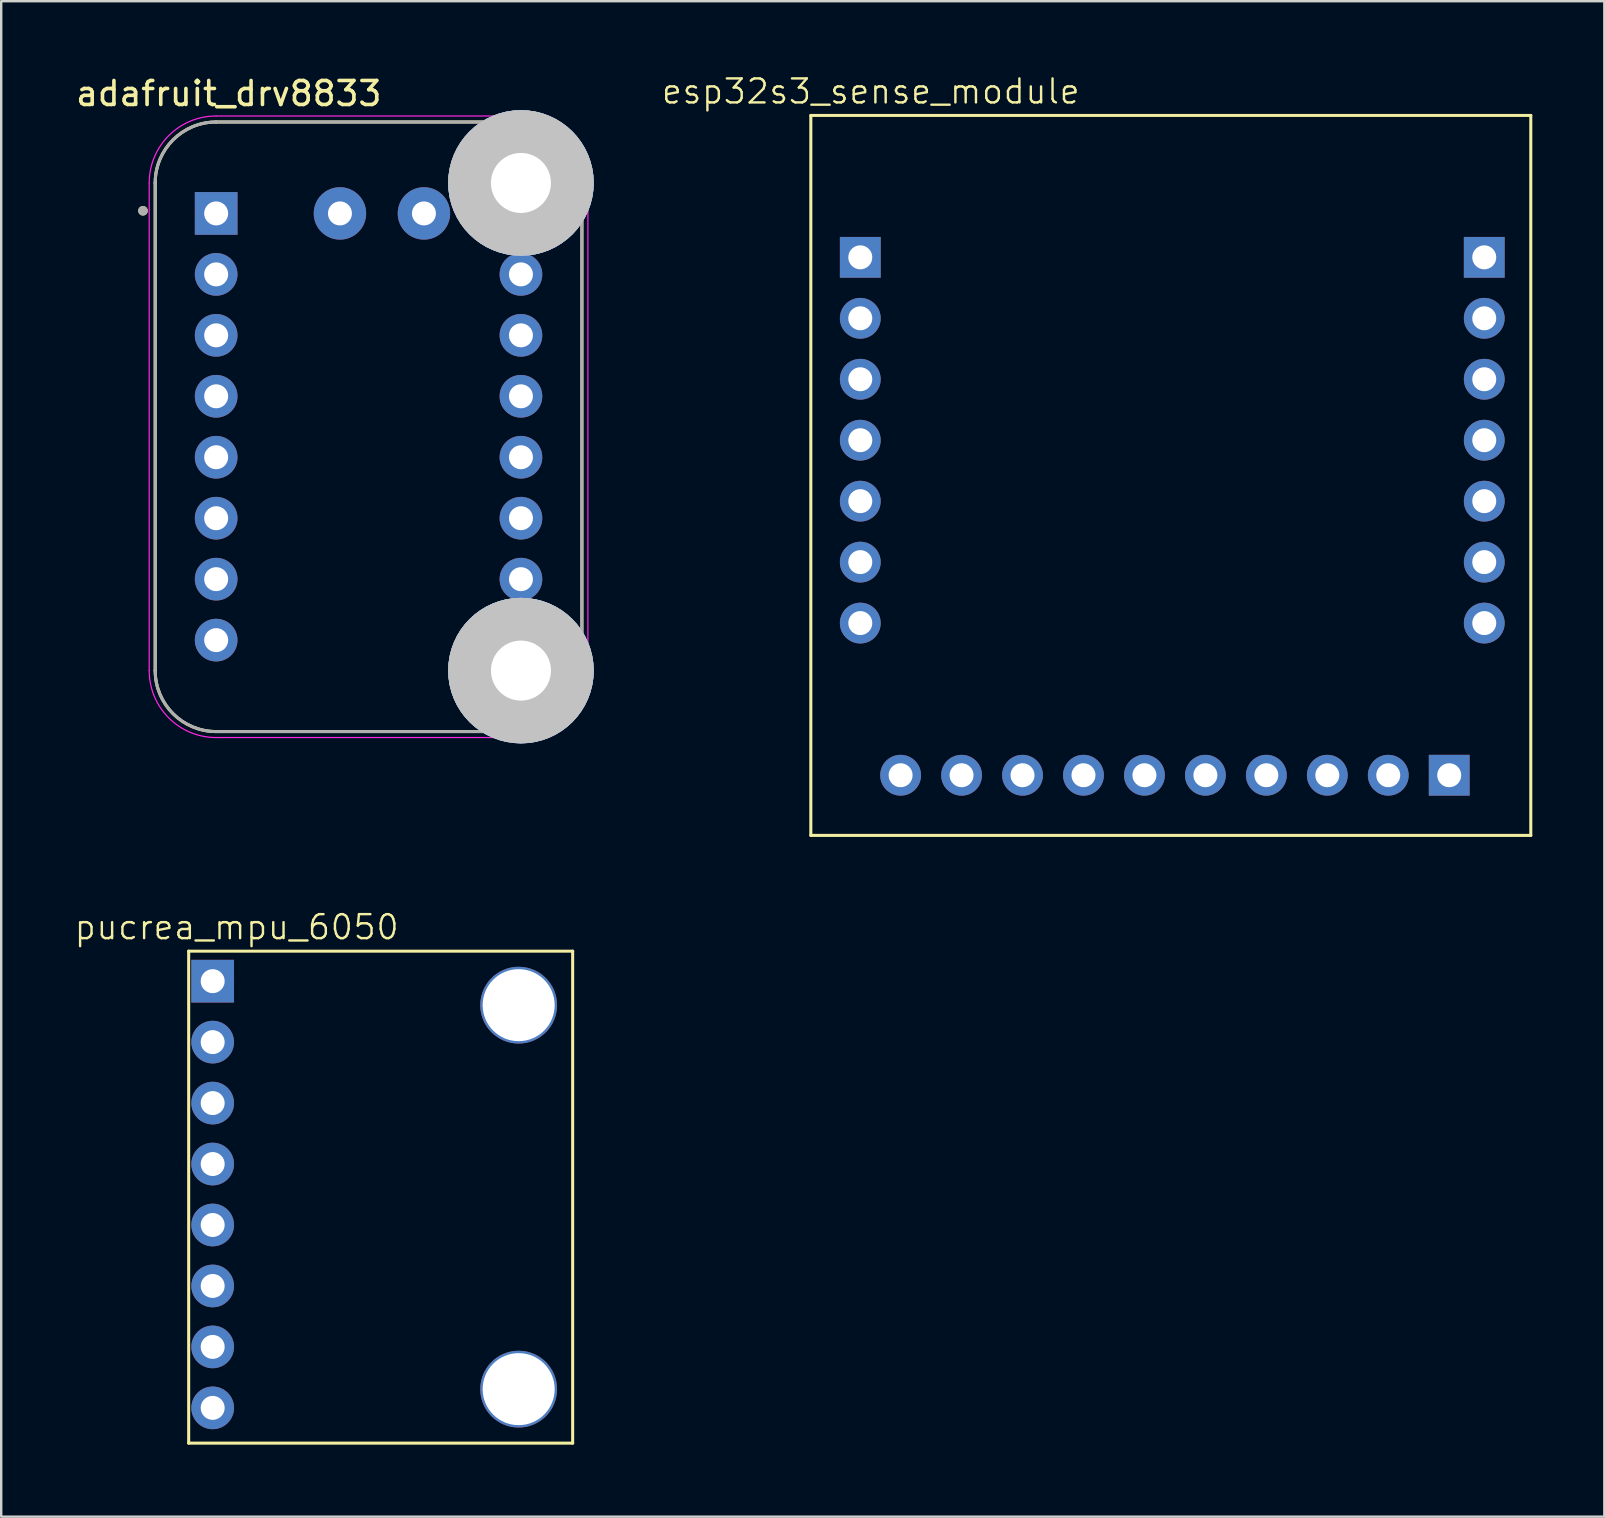
<source format=kicad_pcb>
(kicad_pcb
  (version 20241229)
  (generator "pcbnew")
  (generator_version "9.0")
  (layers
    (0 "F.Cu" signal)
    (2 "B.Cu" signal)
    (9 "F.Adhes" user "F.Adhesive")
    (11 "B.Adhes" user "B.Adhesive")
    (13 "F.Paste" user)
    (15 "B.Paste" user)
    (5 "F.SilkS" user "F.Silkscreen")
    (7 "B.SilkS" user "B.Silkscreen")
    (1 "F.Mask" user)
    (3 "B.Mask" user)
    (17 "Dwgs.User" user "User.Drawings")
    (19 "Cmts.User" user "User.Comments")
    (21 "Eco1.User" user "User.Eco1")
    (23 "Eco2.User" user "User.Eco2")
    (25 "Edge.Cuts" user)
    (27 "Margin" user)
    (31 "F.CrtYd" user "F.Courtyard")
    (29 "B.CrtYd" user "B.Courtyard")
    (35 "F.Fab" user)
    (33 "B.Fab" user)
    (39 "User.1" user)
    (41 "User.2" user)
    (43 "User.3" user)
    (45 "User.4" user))
  (footprint "pucrea_mpu_6050"
    (layer "F.Cu")
    (at 4.812 36.584)
    (property "Reference" "pucrea_mpu_6050" (at 2 -1 0) (unlocked yes) (layer "F.SilkS") (effects (font (size 1 1) (thickness 0.1))))
    (attr through_hole)
    (fp_line (start 0 0) (end 0 20.5) (stroke (width 0.127) (type solid)) (layer "F.SilkS"))
    (fp_line (start 0 0) (end 16 0) (stroke (width 0.127) (type solid)) (layer "F.SilkS"))
    (fp_line (start 0 20.5) (end 16 20.5) (stroke (width 0.127) (type solid)) (layer "F.SilkS"))
    (fp_line (start 16 0) (end 16 20.5) (stroke (width 0.127) (type solid)) (layer "F.SilkS"))
    (pad "1" thru_hole rect (at 1 1.25) (size 1.778 1.778) (drill 1) (layers "*.Cu" "*.Mask"))
    (pad "2" thru_hole circle (at 1 3.79) (size 1.778 1.778) (drill 1) (layers "*.Cu" "*.Mask"))
    (pad "3" thru_hole circle (at 1 6.33) (size 1.778 1.778) (drill 1) (layers "*.Cu" "*.Mask"))
    (pad "4" thru_hole circle (at 1 8.87) (size 1.778 1.778) (drill 1) (layers "*.Cu" "*.Mask"))
    (pad "5" thru_hole circle (at 1 11.41) (size 1.778 1.778) (drill 1) (layers "*.Cu" "*.Mask"))
    (pad "6" thru_hole circle (at 1 13.95) (size 1.778 1.778) (drill 1) (layers "*.Cu" "*.Mask"))
    (pad "7" thru_hole circle (at 1 16.49) (size 1.778 1.778) (drill 1) (layers "*.Cu" "*.Mask"))
    (pad "8" thru_hole circle (at 1 19.03) (size 1.778 1.778) (drill 1) (layers "*.Cu" "*.Mask"))
    (pad "S1" thru_hole circle (at 13.75 2.25) (size 3.2 3.2) (drill 3) (layers "*.Cu" "*.Mask"))
    (pad "S1" thru_hole circle (at 13.75 18.25) (size 3.2 3.2) (drill 3) (layers "*.Cu" "*.Mask")))
  (footprint "esp32s3_sense_module"
    (layer "F.Cu")
    (at 30.736 1.76)
    (property "Reference" "esp32s3_sense_module" (at 2.5 -1 0) (unlocked yes) (layer "F.SilkS") (effects (font (size 1 1) (thickness 0.1))))
    (attr through_hole)
    (fp_line (start 0 0) (end 30 0) (stroke (width 0.127) (type solid)) (layer "F.SilkS"))
    (fp_line (start 0 30) (end 0 0) (stroke (width 0.127) (type solid)) (layer "F.SilkS"))
    (fp_line (start 30 30) (end 0 30) (stroke (width 0.127) (type solid)) (layer "F.SilkS"))
    (fp_line (start 30 30) (end 30 0) (stroke (width 0.127) (type solid)) (layer "F.SilkS"))
    (pad "1" thru_hole rect (at 2.061 5.913 180) (size 1.7 1.7) (drill 1) (layers "*.Cu" "*.Mask"))
    (pad "2" thru_hole oval (at 2.061 8.453 180) (size 1.7 1.7) (drill 1) (layers "*.Cu" "*.Mask"))
    (pad "3" thru_hole oval (at 2.061 10.993 180) (size 1.7 1.7) (drill 1) (layers "*.Cu" "*.Mask"))
    (pad "4" thru_hole oval (at 2.061 13.533 180) (size 1.7 1.7) (drill 1) (layers "*.Cu" "*.Mask"))
    (pad "5" thru_hole oval (at 2.061 16.073 180) (size 1.7 1.7) (drill 1) (layers "*.Cu" "*.Mask"))
    (pad "6" thru_hole oval (at 2.061 18.613 180) (size 1.7 1.7) (drill 1) (layers "*.Cu" "*.Mask"))
    (pad "7" thru_hole oval (at 2.061 21.153 180) (size 1.7 1.7) (drill 1) (layers "*.Cu" "*.Mask"))
    (pad "8" thru_hole oval (at 28.061 21.153 180) (size 1.7 1.7) (drill 1) (layers "*.Cu" "*.Mask"))
    (pad "9" thru_hole oval (at 28.061 18.613 180) (size 1.7 1.7) (drill 1) (layers "*.Cu" "*.Mask"))
    (pad "10" thru_hole oval (at 28.061 16.073 180) (size 1.7 1.7) (drill 1) (layers "*.Cu" "*.Mask"))
    (pad "11" thru_hole oval (at 28.061 13.533 180) (size 1.7 1.7) (drill 1) (layers "*.Cu" "*.Mask"))
    (pad "12" thru_hole oval (at 28.061 10.993 180) (size 1.7 1.7) (drill 1) (layers "*.Cu" "*.Mask"))
    (pad "13" thru_hole oval (at 28.061 8.453 180) (size 1.7 1.7) (drill 1) (layers "*.Cu" "*.Mask"))
    (pad "14" thru_hole rect (at 28.061 5.913 180) (size 1.7 1.7) (drill 1) (layers "*.Cu" "*.Mask"))
    (pad "15" thru_hole oval (at 3.741 27.493 90) (size 1.7 1.7) (drill 1) (layers "*.Cu" "*.Mask"))
    (pad "16" thru_hole oval (at 6.281 27.493 90) (size 1.7 1.7) (drill 1) (layers "*.Cu" "*.Mask"))
    (pad "17" thru_hole rect (at 26.601 27.493 90) (size 1.7 1.7) (drill 1) (layers "*.Cu" "*.Mask"))
    (pad "18" thru_hole oval (at 24.061 27.493 90) (size 1.7 1.7) (drill 1) (layers "*.Cu" "*.Mask"))
    (pad "19" thru_hole oval (at 18.981 27.493 90) (size 1.7 1.7) (drill 1) (layers "*.Cu" "*.Mask"))
    (pad "20" thru_hole oval (at 21.521 27.493 90) (size 1.7 1.7) (drill 1) (layers "*.Cu" "*.Mask"))
    (pad "21" thru_hole oval (at 13.901 27.493 90) (size 1.7 1.7) (drill 1) (layers "*.Cu" "*.Mask"))
    (pad "22" thru_hole oval (at 16.441 27.493 90) (size 1.7 1.7) (drill 1) (layers "*.Cu" "*.Mask"))
    (pad "23" thru_hole oval (at 8.821 27.493 90) (size 1.7 1.7) (drill 1) (layers "*.Cu" "*.Mask"))
    (pad "24" thru_hole oval (at 11.361 27.493 90) (size 1.7 1.7) (drill 1) (layers "*.Cu" "*.Mask")))
  (footprint "adafruit_drv8833"
    (layer "F.Cu")
    (at 12.307 14.733)
    (property "Reference" "adafruit_drv8833" (at -5.825 -13.885 0) (layer "F.SilkS") (effects (font (size 1 1) (thickness 0.15))))
    (attr through_hole)
    (fp_line (start -8.89 -10.16) (end -8.89 10.16) (stroke (width 0.127) (type solid)) (layer "F.SilkS"))
    (fp_line (start -6.35 12.7) (end 6.35 12.7) (stroke (width 0.127) (type solid)) (layer "F.SilkS"))
    (fp_line (start 6.35 -12.7) (end -6.35 -12.7) (stroke (width 0.127) (type solid)) (layer "F.SilkS"))
    (fp_line (start 8.89 10.16) (end 8.89 -10.16) (stroke (width 0.127) (type solid)) (layer "F.SilkS"))
    (fp_arc (start -8.89 -10.16) (mid -8.146051 -11.956051) (end -6.35 -12.7) (stroke (width 0.127) (type solid)) (layer "F.SilkS"))
    (fp_arc (start -6.35 12.7) (mid -8.146051 11.956051) (end -8.89 10.16) (stroke (width 0.127) (type solid)) (layer "F.SilkS"))
    (fp_arc (start 6.35 -12.7) (mid 8.146051 -11.956051) (end 8.89 -10.16) (stroke (width 0.127) (type solid)) (layer "F.SilkS"))
    (fp_arc (start 8.89 10.16) (mid 8.146051 11.956051) (end 6.35 12.7) (stroke (width 0.127) (type solid)) (layer "F.SilkS"))
    (fp_circle (center -9.4 -9) (end -9.3 -9) (stroke (width 0.2) (type solid)) (fill no) (layer "F.SilkS"))
    (fp_circle (center 6.35 -10.16) (end 7.35 -10.16) (stroke (width 2.032) (type solid)) (fill no) (layer "Dwgs.User"))
    (fp_circle (center 6.35 -10.16) (end 7.35 -10.16) (stroke (width 2.032) (type solid)) (fill no) (layer "Dwgs.User"))
    (fp_circle (center 6.35 10.16) (end 7.35 10.16) (stroke (width 2.032) (type solid)) (fill no) (layer "Dwgs.User"))
    (fp_circle (center 6.35 10.16) (end 7.35 10.16) (stroke (width 2.032) (type solid)) (fill no) (layer "Dwgs.User"))
    (fp_circle (center 6.35 -10.16) (end 7.35 -10.16) (stroke (width 2.032) (type solid)) (fill no) (layer "B.CrtYd"))
    (fp_circle (center 6.35 10.16) (end 7.35 10.16) (stroke (width 2.032) (type solid)) (fill no) (layer "B.CrtYd"))
    (fp_line (start -9.14 -10.16) (end -9.14 10.16) (stroke (width 0.05) (type solid)) (layer "F.CrtYd"))
    (fp_line (start -6.35 12.95) (end 6.35 12.95) (stroke (width 0.05) (type solid)) (layer "F.CrtYd"))
    (fp_line (start 6.35 -12.95) (end -6.35 -12.95) (stroke (width 0.05) (type solid)) (layer "F.CrtYd"))
    (fp_line (start 9.14 10.16) (end 9.14 -10.16) (stroke (width 0.05) (type solid)) (layer "F.CrtYd"))
    (fp_arc (start -9.14 -10.16) (mid -8.322828 -12.132828) (end -6.35 -12.95) (stroke (width 0.05) (type solid)) (layer "F.CrtYd"))
    (fp_arc (start -6.35 12.95) (mid -8.322828 12.132828) (end -9.14 10.16) (stroke (width 0.05) (type solid)) (layer "F.CrtYd"))
    (fp_arc (start 6.35 -12.95) (mid 8.322828 -12.132828) (end 9.14 -10.16) (stroke (width 0.05) (type solid)) (layer "F.CrtYd"))
    (fp_arc (start 9.14 10.16) (mid 8.322828 12.132828) (end 6.35 12.95) (stroke (width 0.05) (type solid)) (layer "F.CrtYd"))
    (fp_circle (center 6.35 -10.16) (end 7.35 -10.16) (stroke (width 2.032) (type solid)) (fill no) (layer "F.CrtYd"))
    (fp_circle (center 6.35 10.16) (end 7.35 10.16) (stroke (width 2.032) (type solid)) (fill no) (layer "F.CrtYd"))
    (fp_line (start -8.89 -10.16) (end -8.89 10.16) (stroke (width 0.127) (type solid)) (layer "F.Fab"))
    (fp_line (start -6.35 12.7) (end 6.35 12.7) (stroke (width 0.127) (type solid)) (layer "F.Fab"))
    (fp_line (start 6.35 -12.7) (end -6.35 -12.7) (stroke (width 0.127) (type solid)) (layer "F.Fab"))
    (fp_line (start 8.89 10.16) (end 8.89 -10.16) (stroke (width 0.127) (type solid)) (layer "F.Fab"))
    (fp_arc (start -8.89 -10.16) (mid -8.146051 -11.956051) (end -6.35 -12.7) (stroke (width 0.127) (type solid)) (layer "F.Fab"))
    (fp_arc (start -6.35 12.7) (mid -8.146051 11.956051) (end -8.89 10.16) (stroke (width 0.127) (type solid)) (layer "F.Fab"))
    (fp_arc (start 6.35 -12.7) (mid 8.146051 -11.956051) (end 8.89 -10.16) (stroke (width 0.127) (type solid)) (layer "F.Fab"))
    (fp_arc (start 8.89 10.16) (mid 8.146051 11.956051) (end 6.35 12.7) (stroke (width 0.127) (type solid)) (layer "F.Fab"))
    (fp_circle (center -9.4 -9) (end -9.3 -9) (stroke (width 0.2) (type solid)) (fill no) (layer "F.Fab"))
    (pad "1" thru_hole rect (at -6.35 -8.89) (size 1.778 1.778) (drill 1) (layers "*.Cu" "*.Mask"))
    (pad "2" thru_hole circle (at -6.35 -6.35) (size 1.778 1.778) (drill 1) (layers "*.Cu" "*.Mask"))
    (pad "3" thru_hole circle (at -6.35 -3.81) (size 1.778 1.778) (drill 1) (layers "*.Cu" "*.Mask"))
    (pad "4" thru_hole circle (at -6.35 -1.27) (size 1.778 1.778) (drill 1) (layers "*.Cu" "*.Mask"))
    (pad "5" thru_hole circle (at -6.35 1.27) (size 1.778 1.778) (drill 1) (layers "*.Cu" "*.Mask"))
    (pad "6" thru_hole circle (at -6.35 3.81) (size 1.778 1.778) (drill 1) (layers "*.Cu" "*.Mask"))
    (pad "7" thru_hole circle (at -6.35 6.35) (size 1.778 1.778) (drill 1) (layers "*.Cu" "*.Mask"))
    (pad "8" thru_hole circle (at -6.35 8.89) (size 1.778 1.778) (drill 1) (layers "*.Cu" "*.Mask"))
    (pad "9" thru_hole circle (at 6.35 -6.35) (size 1.778 1.778) (drill 1) (layers "*.Cu" "*.Mask"))
    (pad "10" thru_hole circle (at 6.35 -3.81) (size 1.778 1.778) (drill 1) (layers "*.Cu" "*.Mask"))
    (pad "11" thru_hole circle (at 6.35 -1.27) (size 1.778 1.778) (drill 1) (layers "*.Cu" "*.Mask"))
    (pad "12" thru_hole circle (at 6.35 1.27) (size 1.778 1.778) (drill 1) (layers "*.Cu" "*.Mask"))
    (pad "13" thru_hole circle (at 6.35 3.81) (size 1.778 1.778) (drill 1) (layers "*.Cu" "*.Mask"))
    (pad "14" thru_hole circle (at 6.35 6.35) (size 1.778 1.778) (drill 1) (layers "*.Cu" "*.Mask"))
    (pad "15" thru_hole circle (at -1.192 -8.89) (size 2.184 2.184) (drill 1) (layers "*.Cu" "*.Mask"))
    (pad "16" thru_hole circle (at 2.308 -8.89) (size 2.184 2.184) (drill 1) (layers "*.Cu" "*.Mask"))
    (pad "S1" thru_hole circle (at 6.35 -10.16) (size 3.2 3.2) (drill 2.5) (layers "*.Cu" "*.Mask"))
    (pad "S2" thru_hole circle (at 6.35 10.16) (size 3.2 3.2) (drill 2.5) (layers "*.Cu" "*.Mask")))
  (gr_rect
    (start -3 -3)
    (end 63.8 60.148)
    (stroke (width 0.1) (type default))
    (fill no)
    (layer "Edge.Cuts")))
</source>
